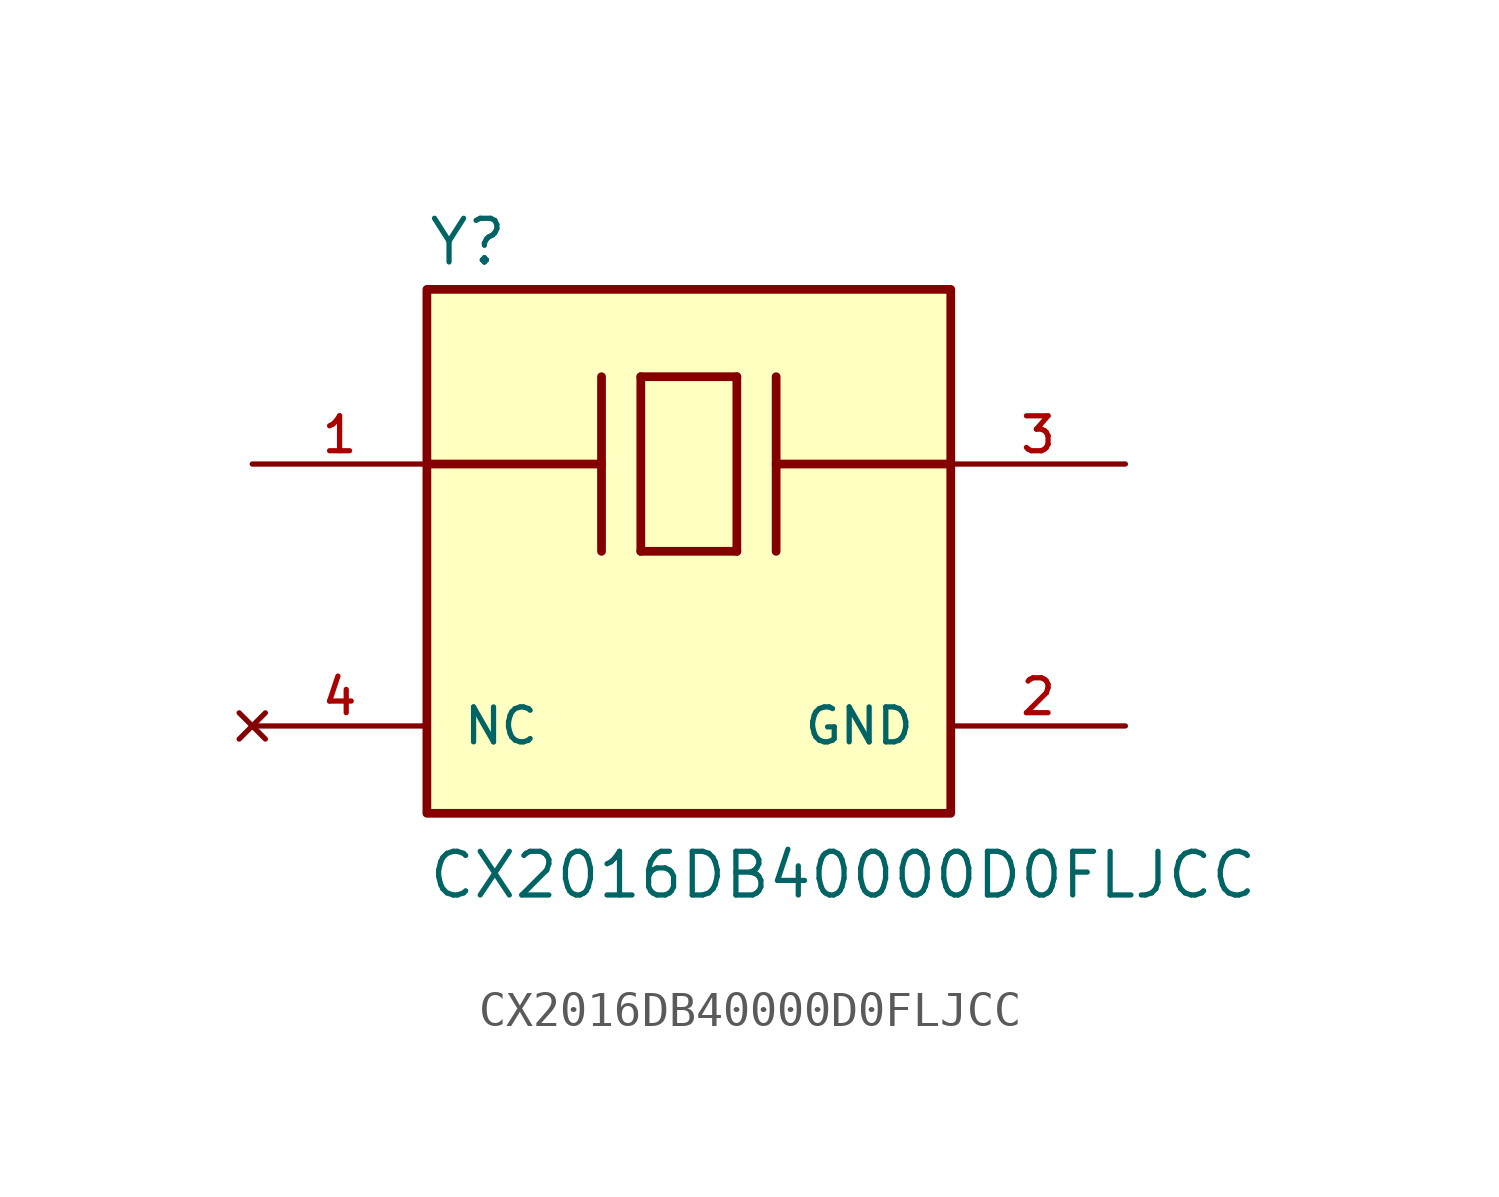
<source format=kicad_sym>
(kicad_symbol_lib
  (version 20211014)
  (generator kicad_symbol_editor)
  (symbol "CX2016DB40000D0FLJCC"
    (pin_names
      (offset 1.016))
    (property "Reference" "Y"
      (at -7.62 8.255 0)
      (effects (font (size 1.27 1.27)) (justify bottom left)))
    (property "Value" "CX2016DB40000D0FLJCC"
      (at -7.62 -10.16 0)
      (effects (font (size 1.27 1.27)) (justify bottom left)))
    (symbol "CX2016DB40000D0FLJCC_0_0"
      (polyline (pts (xy -1.397 5.08) (xy 1.397 5.08)) (stroke (width 0.254)))
      (polyline (pts (xy 1.397 5.08) (xy 1.397 0.0)) (stroke (width 0.254)))
      (polyline (pts (xy 1.397 0.0) (xy -1.397 0.0)) (stroke (width 0.254)))
      (polyline (pts (xy -1.397 5.08) (xy -1.397 0.0)) (stroke (width 0.254)))
      (polyline (pts (xy 2.54 5.08) (xy 2.54 0.0)) (stroke (width 0.254)))
      (polyline (pts (xy -2.54 5.08) (xy -2.54 0.0)) (stroke (width 0.254)))
      (polyline (pts (xy -7.62 2.54) (xy -2.54 2.54)) (stroke (width 0.254)))
      (polyline (pts (xy 2.54 2.54) (xy 7.62 2.54)) (stroke (width 0.254)))
      (rectangle (start -7.62 -7.62) (end 7.62 7.62) (stroke (width 0.254)) (fill (type background)))
      (pin passive line (at -12.7 2.54 0) (length 5.08) (name "~" (effects (font (size 1.016 1.016)))) (number "1" (effects (font (size 1.016 1.016)))))
      (pin passive line (at 12.7 2.54 180.0) (length 5.08) (name "~" (effects (font (size 1.016 1.016)))) (number "3" (effects (font (size 1.016 1.016)))))
      (pin power_in line (at 12.7 -5.08 180.0) (length 5.08) (name "GND" (effects (font (size 1.016 1.016)))) (number "2" (effects (font (size 1.016 1.016)))))
      (pin no_connect line (at -12.7 -5.08 0) (length 5.08) (name "NC" (effects (font (size 1.016 1.016)))) (number "4" (effects (font (size 1.016 1.016))))))))
</source>
